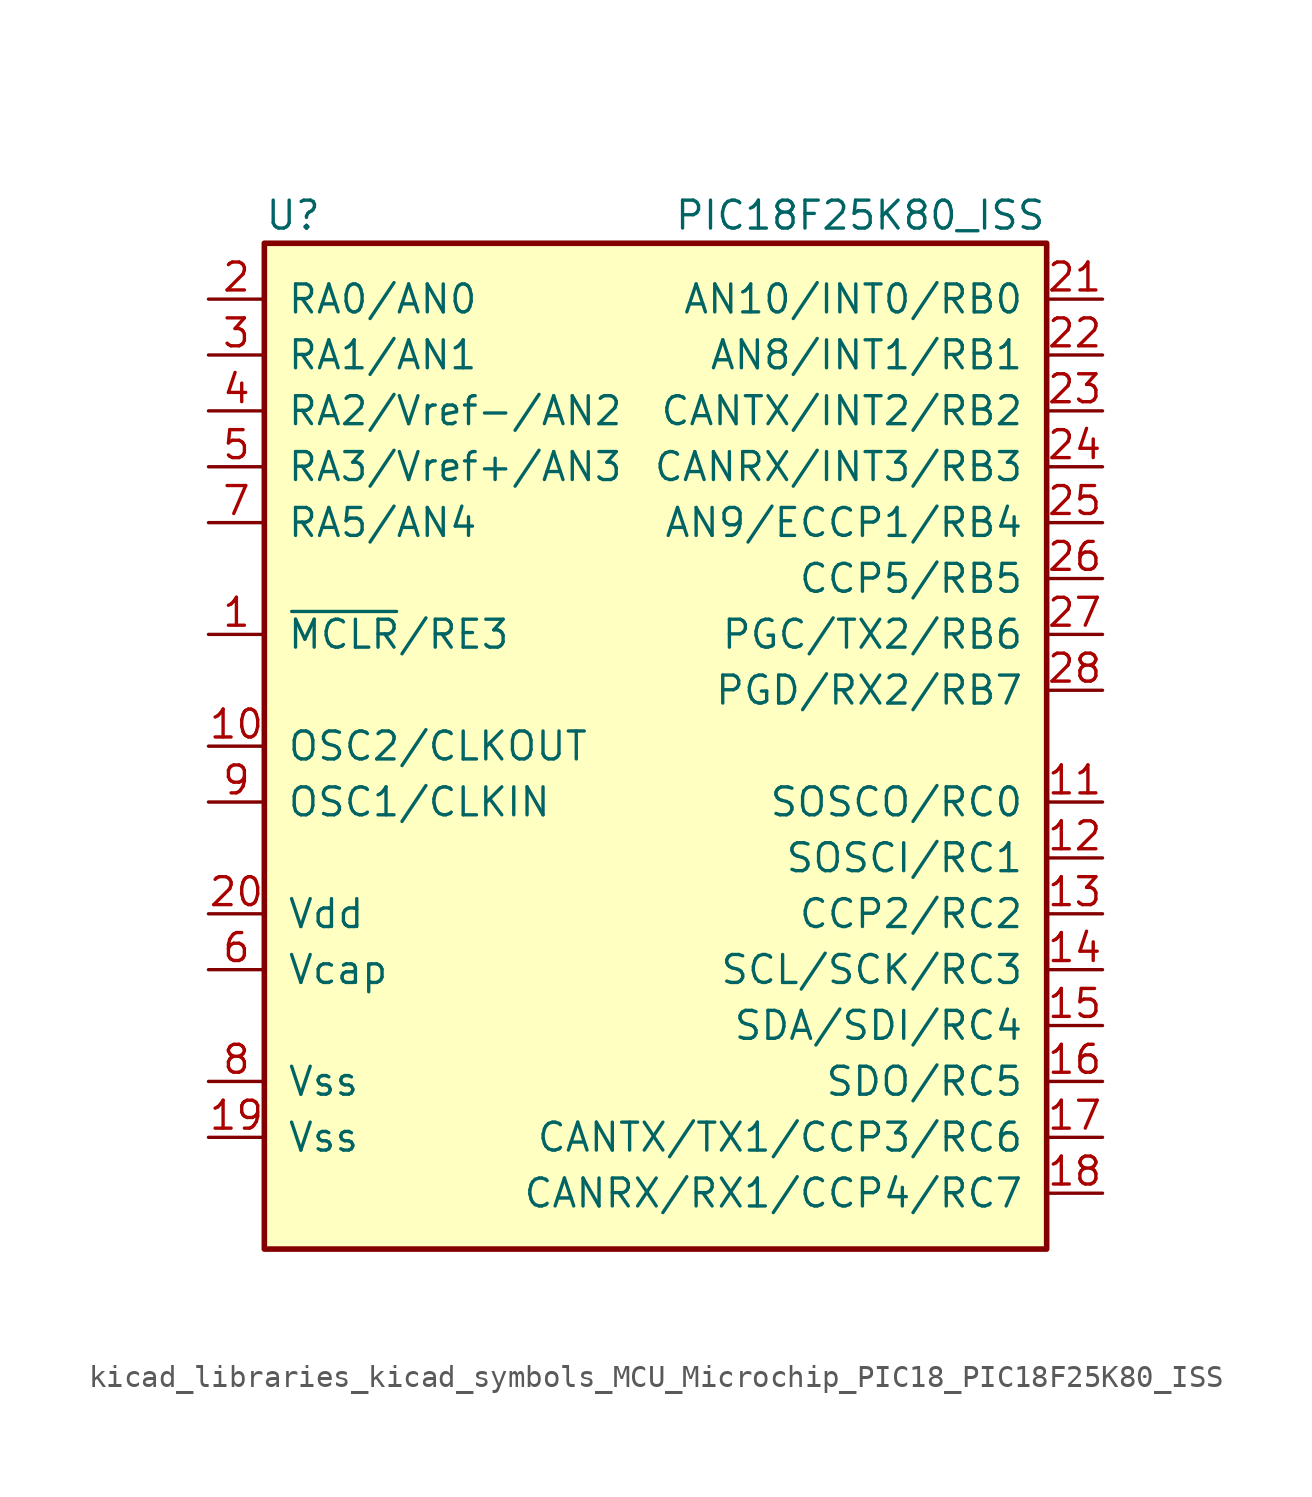
<source format=kicad_sym>
(kicad_symbol_lib
  (version 20220914)
  (generator kicad_symbol_editor)
  (symbol "kicad_libraries_kicad_symbols_MCU_Microchip_PIC18_PIC18F25K80_ISS"
    (pin_names
      (offset 1.016))
    (property "Reference" "U"
      (at -17.78 24.13 0)
      (effects (font (size 1.27 1.27)) (justify left)))
    (property "Value" "PIC18F25K80_ISS"
      (at 17.78 24.13 0)
      (effects (font (size 1.27 1.27)) (justify right)))
    (symbol "kicad_libraries_kicad_symbols_MCU_Microchip_PIC18_PIC18F25K80_ISS_0_1"
      (rectangle (start -17.78 22.86) (end 17.78 -22.86) (stroke (width 0.254) (type default)) (fill (type background))))
    (symbol "kicad_libraries_kicad_symbols_MCU_Microchip_PIC18_PIC18F25K80_ISS_1_1"
      (pin bidirectional line (at -20.32 5.08 0) (length 2.54) (name "~{MCLR}/RE3" (effects (font (size 1.27 1.27)))) (number "1" (effects (font (size 1.27 1.27)))))
      (pin input line (at -20.32 0 0) (length 2.54) (name "OSC2/CLKOUT" (effects (font (size 1.27 1.27)))) (number "10" (effects (font (size 1.27 1.27)))))
      (pin bidirectional line (at 20.32 -2.54 180) (length 2.54) (name "SOSCO/RC0" (effects (font (size 1.27 1.27)))) (number "11" (effects (font (size 1.27 1.27)))))
      (pin bidirectional line (at 20.32 -5.08 180) (length 2.54) (name "SOSCI/RC1" (effects (font (size 1.27 1.27)))) (number "12" (effects (font (size 1.27 1.27)))))
      (pin bidirectional line (at 20.32 -7.62 180) (length 2.54) (name "CCP2/RC2" (effects (font (size 1.27 1.27)))) (number "13" (effects (font (size 1.27 1.27)))))
      (pin bidirectional line (at 20.32 -10.16 180) (length 2.54) (name "SCL/SCK/RC3" (effects (font (size 1.27 1.27)))) (number "14" (effects (font (size 1.27 1.27)))))
      (pin bidirectional line (at 20.32 -12.7 180) (length 2.54) (name "SDA/SDI/RC4" (effects (font (size 1.27 1.27)))) (number "15" (effects (font (size 1.27 1.27)))))
      (pin bidirectional line (at 20.32 -15.24 180) (length 2.54) (name "SDO/RC5" (effects (font (size 1.27 1.27)))) (number "16" (effects (font (size 1.27 1.27)))))
      (pin bidirectional line (at 20.32 -17.78 180) (length 2.54) (name "CANTX/TX1/CCP3/RC6" (effects (font (size 1.27 1.27)))) (number "17" (effects (font (size 1.27 1.27)))))
      (pin bidirectional line (at 20.32 -20.32 180) (length 2.54) (name "CANRX/RX1/CCP4/RC7" (effects (font (size 1.27 1.27)))) (number "18" (effects (font (size 1.27 1.27)))))
      (pin power_in line (at -20.32 -17.78 0) (length 2.54) (name "Vss" (effects (font (size 1.27 1.27)))) (number "19" (effects (font (size 1.27 1.27)))))
      (pin bidirectional line (at -20.32 20.32 0) (length 2.54) (name "RA0/AN0" (effects (font (size 1.27 1.27)))) (number "2" (effects (font (size 1.27 1.27)))))
      (pin power_in line (at -20.32 -7.62 0) (length 2.54) (name "Vdd" (effects (font (size 1.27 1.27)))) (number "20" (effects (font (size 1.27 1.27)))))
      (pin bidirectional line (at 20.32 20.32 180) (length 2.54) (name "AN10/INT0/RB0" (effects (font (size 1.27 1.27)))) (number "21" (effects (font (size 1.27 1.27)))))
      (pin bidirectional line (at 20.32 17.78 180) (length 2.54) (name "AN8/INT1/RB1" (effects (font (size 1.27 1.27)))) (number "22" (effects (font (size 1.27 1.27)))))
      (pin bidirectional line (at 20.32 15.24 180) (length 2.54) (name "CANTX/INT2/RB2" (effects (font (size 1.27 1.27)))) (number "23" (effects (font (size 1.27 1.27)))))
      (pin bidirectional line (at 20.32 12.7 180) (length 2.54) (name "CANRX/INT3/RB3" (effects (font (size 1.27 1.27)))) (number "24" (effects (font (size 1.27 1.27)))))
      (pin bidirectional line (at 20.32 10.16 180) (length 2.54) (name "AN9/ECCP1/RB4" (effects (font (size 1.27 1.27)))) (number "25" (effects (font (size 1.27 1.27)))))
      (pin bidirectional line (at 20.32 7.62 180) (length 2.54) (name "CCP5/RB5" (effects (font (size 1.27 1.27)))) (number "26" (effects (font (size 1.27 1.27)))))
      (pin bidirectional line (at 20.32 5.08 180) (length 2.54) (name "PGC/TX2/RB6" (effects (font (size 1.27 1.27)))) (number "27" (effects (font (size 1.27 1.27)))))
      (pin bidirectional line (at 20.32 2.54 180) (length 2.54) (name "PGD/RX2/RB7" (effects (font (size 1.27 1.27)))) (number "28" (effects (font (size 1.27 1.27)))))
      (pin bidirectional line (at -20.32 17.78 0) (length 2.54) (name "RA1/AN1" (effects (font (size 1.27 1.27)))) (number "3" (effects (font (size 1.27 1.27)))))
      (pin bidirectional line (at -20.32 15.24 0) (length 2.54) (name "RA2/Vref-/AN2" (effects (font (size 1.27 1.27)))) (number "4" (effects (font (size 1.27 1.27)))))
      (pin bidirectional line (at -20.32 12.7 0) (length 2.54) (name "RA3/Vref+/AN3" (effects (font (size 1.27 1.27)))) (number "5" (effects (font (size 1.27 1.27)))))
      (pin power_in line (at -20.32 -10.16 0) (length 2.54) (name "Vcap" (effects (font (size 1.27 1.27)))) (number "6" (effects (font (size 1.27 1.27)))))
      (pin bidirectional line (at -20.32 10.16 0) (length 2.54) (name "RA5/AN4" (effects (font (size 1.27 1.27)))) (number "7" (effects (font (size 1.27 1.27)))))
      (pin power_in line (at -20.32 -15.24 0) (length 2.54) (name "Vss" (effects (font (size 1.27 1.27)))) (number "8" (effects (font (size 1.27 1.27)))))
      (pin input line (at -20.32 -2.54 0) (length 2.54) (name "OSC1/CLKIN" (effects (font (size 1.27 1.27)))) (number "9" (effects (font (size 1.27 1.27))))))))
</source>
